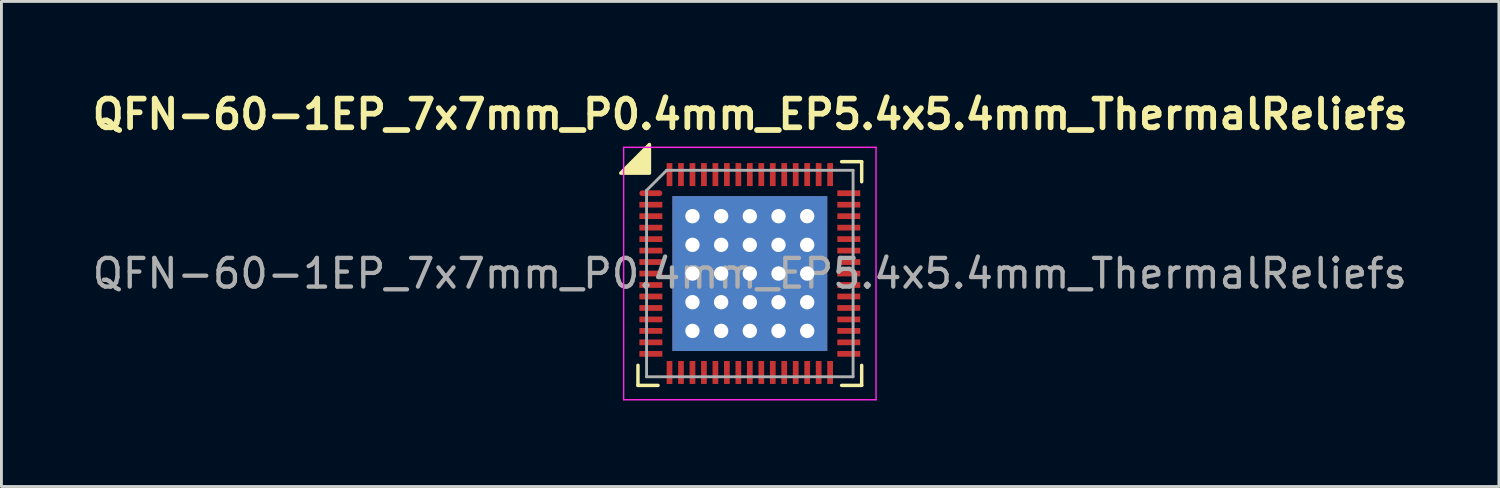
<source format=kicad_pcb>
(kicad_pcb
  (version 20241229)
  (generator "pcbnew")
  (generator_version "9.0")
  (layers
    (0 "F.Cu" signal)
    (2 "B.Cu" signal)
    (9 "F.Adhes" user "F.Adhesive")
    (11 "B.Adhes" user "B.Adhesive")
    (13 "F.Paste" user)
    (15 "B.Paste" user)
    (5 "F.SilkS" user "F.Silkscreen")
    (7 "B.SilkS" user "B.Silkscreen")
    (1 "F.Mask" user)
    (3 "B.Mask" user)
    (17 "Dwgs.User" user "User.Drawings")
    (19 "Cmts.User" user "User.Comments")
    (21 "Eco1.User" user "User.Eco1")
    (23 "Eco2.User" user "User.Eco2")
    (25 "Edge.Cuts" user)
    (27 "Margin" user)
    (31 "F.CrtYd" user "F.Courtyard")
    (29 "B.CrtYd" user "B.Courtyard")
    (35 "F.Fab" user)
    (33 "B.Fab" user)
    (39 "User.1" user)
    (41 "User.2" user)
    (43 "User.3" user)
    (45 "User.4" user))
  (footprint "QFN-60-1EP_7x7mm_P0.4mm_EP5.4x5.4mm_ThermalReliefs"
    (layer "F.Cu")
    (at 23.093 6.487)
    (property "Reference" "QFN-60-1EP_7x7mm_P0.4mm_EP5.4x5.4mm_ThermalReliefs" (at 0.012 -5.551 0) (layer "F.SilkS") (effects (font (size 1 1) (thickness 0.2))))
    (attr smd)
    (fp_line (start -3.9 3.9) (end -3.9 3.2) (stroke (width 0.12) (type solid)) (layer "F.SilkS"))
    (fp_line (start -3.2 3.9) (end -3.9 3.9) (stroke (width 0.12) (type solid)) (layer "F.SilkS"))
    (fp_line (start 3.2 -3.9) (end 3.9 -3.9) (stroke (width 0.12) (type solid)) (layer "F.SilkS"))
    (fp_line (start 3.9 -3.9) (end 3.9 -3.2) (stroke (width 0.12) (type solid)) (layer "F.SilkS"))
    (fp_line (start 3.9 3.2) (end 3.9 3.9) (stroke (width 0.12) (type solid)) (layer "F.SilkS"))
    (fp_line (start 3.9 3.9) (end 3.2 3.9) (stroke (width 0.12) (type solid)) (layer "F.SilkS"))
    (fp_poly (pts (xy -3.5 -3.5) (xy -4.5 -3.5) (xy -3.5 -4.5)) (stroke (width 0.12) (type solid)) (fill yes) (layer "F.SilkS"))
    (fp_line (start -4.4 -4.4) (end -4.4 4.4) (stroke (width 0.05) (type solid)) (layer "F.CrtYd"))
    (fp_line (start -4.4 4.4) (end 4.4 4.4) (stroke (width 0.05) (type solid)) (layer "F.CrtYd"))
    (fp_line (start 4.4 -4.4) (end -4.4 -4.4) (stroke (width 0.05) (type solid)) (layer "F.CrtYd"))
    (fp_line (start 4.4 4.4) (end 4.4 -4.4) (stroke (width 0.05) (type solid)) (layer "F.CrtYd"))
    (fp_line (start -3.6 -2.9) (end -2.9 -3.6) (stroke (width 0.1) (type solid)) (layer "F.Fab"))
    (fp_line (start -3.6 3.6) (end -3.6 -2.9) (stroke (width 0.1) (type solid)) (layer "F.Fab"))
    (fp_line (start -2.9 -3.6) (end 3.6 -3.6) (stroke (width 0.1) (type solid)) (layer "F.Fab"))
    (fp_line (start 3.6 -3.6) (end 3.6 3.6) (stroke (width 0.1) (type solid)) (layer "F.Fab"))
    (fp_line (start 3.6 3.6) (end -3.6 3.6) (stroke (width 0.1) (type solid)) (layer "F.Fab"))
    (fp_text user "${REFERENCE}" (at 0 0 0) (layer "F.Fab") (effects (font (size 1 1) (thickness 0.15))))
    (pad "" smd roundrect (at -2.2 -2.2) (size 0.75 0.75) (layers "F.Paste") (roundrect_rratio 0.238))
    (pad "" smd roundrect (at -2.2 -1.1) (size 0.75 0.75) (layers "F.Paste") (roundrect_rratio 0.238))
    (pad "" smd roundrect (at -2.2 0) (size 0.75 0.75) (layers "F.Paste") (roundrect_rratio 0.238))
    (pad "" smd roundrect (at -2.2 1.1) (size 0.75 0.75) (layers "F.Paste") (roundrect_rratio 0.238))
    (pad "" smd roundrect (at -2.2 2.2) (size 0.75 0.75) (layers "F.Paste") (roundrect_rratio 0.238))
    (pad "" smd roundrect (at -1.1 -2.2) (size 0.75 0.75) (layers "F.Paste") (roundrect_rratio 0.238))
    (pad "" smd roundrect (at -1.1 -1.1) (size 0.75 0.75) (layers "F.Paste") (roundrect_rratio 0.238))
    (pad "" smd roundrect (at -1.1 0) (size 0.75 0.75) (layers "F.Paste") (roundrect_rratio 0.238))
    (pad "" smd roundrect (at -1.1 1.1) (size 0.75 0.75) (layers "F.Paste") (roundrect_rratio 0.238))
    (pad "" smd roundrect (at -1.1 2.2) (size 0.75 0.75) (layers "F.Paste") (roundrect_rratio 0.238))
    (pad "" smd roundrect (at 0 -2.2) (size 0.75 0.75) (layers "F.Paste") (roundrect_rratio 0.238))
    (pad "" smd roundrect (at 0 -1.1) (size 0.75 0.75) (layers "F.Paste") (roundrect_rratio 0.238))
    (pad "" smd roundrect (at 0 0) (size 0.75 0.75) (layers "F.Paste") (roundrect_rratio 0.238))
    (pad "" smd roundrect (at 0 1.1) (size 0.75 0.75) (layers "F.Paste") (roundrect_rratio 0.238))
    (pad "" smd roundrect (at 0 2.2) (size 0.75 0.75) (layers "F.Paste") (roundrect_rratio 0.238))
    (pad "" smd roundrect (at 1.1 -2.2) (size 0.75 0.75) (layers "F.Paste") (roundrect_rratio 0.238))
    (pad "" smd roundrect (at 1.1 -1.1) (size 0.75 0.75) (layers "F.Paste") (roundrect_rratio 0.238))
    (pad "" smd roundrect (at 1.1 0) (size 0.75 0.75) (layers "F.Paste") (roundrect_rratio 0.238))
    (pad "" smd roundrect (at 1.1 1.1) (size 0.75 0.75) (layers "F.Paste") (roundrect_rratio 0.238))
    (pad "" smd roundrect (at 1.1 2.2) (size 0.75 0.75) (layers "F.Paste") (roundrect_rratio 0.238))
    (pad "" smd roundrect (at 2.2 -2.2) (size 0.75 0.75) (layers "F.Paste") (roundrect_rratio 0.238))
    (pad "" smd roundrect (at 2.2 -1.1) (size 0.75 0.75) (layers "F.Paste") (roundrect_rratio 0.238))
    (pad "" smd roundrect (at 2.2 0) (size 0.75 0.75) (layers "F.Paste") (roundrect_rratio 0.238))
    (pad "" smd roundrect (at 2.2 1.1) (size 0.75 0.75) (layers "F.Paste") (roundrect_rratio 0.238))
    (pad "" smd roundrect (at 2.2 2.2) (size 0.75 0.75) (layers "F.Paste") (roundrect_rratio 0.238))
    (pad "1" smd roundrect (at -3.45 -2.8) (size 0.8 0.2) (layers "F.Cu" "F.Mask" "F.Paste") (roundrect_rratio 0.5))
    (pad "2" smd trapezoid (at -3.45 -2.4) (size 0.8 0.2) (layers "F.Cu" "F.Mask" "F.Paste"))
    (pad "3" smd trapezoid (at -3.45 -2) (size 0.8 0.2) (layers "F.Cu" "F.Mask" "F.Paste"))
    (pad "4" smd trapezoid (at -3.45 -1.6) (size 0.8 0.2) (layers "F.Cu" "F.Mask" "F.Paste"))
    (pad "5" smd trapezoid (at -3.45 -1.2) (size 0.8 0.2) (layers "F.Cu" "F.Mask" "F.Paste"))
    (pad "6" smd trapezoid (at -3.45 -0.8) (size 0.8 0.2) (layers "F.Cu" "F.Mask" "F.Paste"))
    (pad "7" smd trapezoid (at -3.45 -0.4) (size 0.8 0.2) (layers "F.Cu" "F.Mask" "F.Paste"))
    (pad "8" smd trapezoid (at -3.45 0) (size 0.8 0.2) (layers "F.Cu" "F.Mask" "F.Paste"))
    (pad "9" smd trapezoid (at -3.45 0.4) (size 0.8 0.2) (layers "F.Cu" "F.Mask" "F.Paste"))
    (pad "10" smd trapezoid (at -3.45 0.8) (size 0.8 0.2) (layers "F.Cu" "F.Mask" "F.Paste"))
    (pad "11" smd trapezoid (at -3.45 1.2) (size 0.8 0.2) (layers "F.Cu" "F.Mask" "F.Paste"))
    (pad "12" smd trapezoid (at -3.45 1.6) (size 0.8 0.2) (layers "F.Cu" "F.Mask" "F.Paste"))
    (pad "13" smd trapezoid (at -3.45 2) (size 0.8 0.2) (layers "F.Cu" "F.Mask" "F.Paste"))
    (pad "14" smd trapezoid (at -3.45 2.4) (size 0.8 0.2) (layers "F.Cu" "F.Mask" "F.Paste"))
    (pad "15" smd trapezoid (at -3.45 2.8) (size 0.8 0.2) (layers "F.Cu" "F.Mask" "F.Paste"))
    (pad "16" smd trapezoid (at -2.8 3.45 270) (size 0.8 0.2) (layers "F.Cu" "F.Mask" "F.Paste"))
    (pad "17" smd trapezoid (at -2.4 3.45 90) (size 0.8 0.2) (layers "F.Cu" "F.Mask" "F.Paste"))
    (pad "18" smd trapezoid (at -2 3.45 90) (size 0.8 0.2) (layers "F.Cu" "F.Mask" "F.Paste"))
    (pad "19" smd trapezoid (at -1.6 3.45 90) (size 0.8 0.2) (layers "F.Cu" "F.Mask" "F.Paste"))
    (pad "20" smd trapezoid (at -1.2 3.45 90) (size 0.8 0.2) (layers "F.Cu" "F.Mask" "F.Paste"))
    (pad "21" smd trapezoid (at -0.8 3.45 90) (size 0.8 0.2) (layers "F.Cu" "F.Mask" "F.Paste"))
    (pad "22" smd trapezoid (at -0.4 3.45 90) (size 0.8 0.2) (layers "F.Cu" "F.Mask" "F.Paste"))
    (pad "23" smd trapezoid (at 0 3.45 90) (size 0.8 0.2) (layers "F.Cu" "F.Mask" "F.Paste"))
    (pad "24" smd trapezoid (at 0.4 3.45 90) (size 0.8 0.2) (layers "F.Cu" "F.Mask" "F.Paste"))
    (pad "25" smd trapezoid (at 0.8 3.45 90) (size 0.8 0.2) (layers "F.Cu" "F.Mask" "F.Paste"))
    (pad "26" smd trapezoid (at 1.2 3.45 90) (size 0.8 0.2) (layers "F.Cu" "F.Mask" "F.Paste"))
    (pad "27" smd trapezoid (at 1.6 3.45 90) (size 0.8 0.2) (layers "F.Cu" "F.Mask" "F.Paste"))
    (pad "28" smd trapezoid (at 2 3.45 90) (size 0.8 0.2) (layers "F.Cu" "F.Mask" "F.Paste"))
    (pad "29" smd trapezoid (at 2.4 3.45 90) (size 0.8 0.2) (layers "F.Cu" "F.Mask" "F.Paste"))
    (pad "30" smd trapezoid (at 2.8 3.45 90) (size 0.8 0.2) (layers "F.Cu" "F.Mask" "F.Paste"))
    (pad "31" smd trapezoid (at 3.45 2.8) (size 0.8 0.2) (layers "F.Cu" "F.Mask" "F.Paste"))
    (pad "32" smd trapezoid (at 3.45 2.4) (size 0.8 0.2) (layers "F.Cu" "F.Mask" "F.Paste"))
    (pad "33" smd trapezoid (at 3.45 2) (size 0.8 0.2) (layers "F.Cu" "F.Mask" "F.Paste"))
    (pad "34" smd trapezoid (at 3.45 1.6) (size 0.8 0.2) (layers "F.Cu" "F.Mask" "F.Paste"))
    (pad "35" smd trapezoid (at 3.45 1.2) (size 0.8 0.2) (layers "F.Cu" "F.Mask" "F.Paste"))
    (pad "36" smd trapezoid (at 3.45 0.8) (size 0.8 0.2) (layers "F.Cu" "F.Mask" "F.Paste"))
    (pad "37" smd trapezoid (at 3.45 0.4) (size 0.8 0.2) (layers "F.Cu" "F.Mask" "F.Paste"))
    (pad "38" smd trapezoid (at 3.45 0) (size 0.8 0.2) (layers "F.Cu" "F.Mask" "F.Paste"))
    (pad "39" smd trapezoid (at 3.45 -0.4) (size 0.8 0.2) (layers "F.Cu" "F.Mask" "F.Paste"))
    (pad "40" smd trapezoid (at 3.45 -0.8) (size 0.8 0.2) (layers "F.Cu" "F.Mask" "F.Paste"))
    (pad "41" smd trapezoid (at 3.45 -1.2) (size 0.8 0.2) (layers "F.Cu" "F.Mask" "F.Paste"))
    (pad "42" smd trapezoid (at 3.45 -1.6) (size 0.8 0.2) (layers "F.Cu" "F.Mask" "F.Paste"))
    (pad "43" smd trapezoid (at 3.45 -2) (size 0.8 0.2) (layers "F.Cu" "F.Mask" "F.Paste"))
    (pad "44" smd trapezoid (at 3.45 -2.4) (size 0.8 0.2) (layers "F.Cu" "F.Mask" "F.Paste"))
    (pad "45" smd trapezoid (at 3.45 -2.8) (size 0.8 0.2) (layers "F.Cu" "F.Mask" "F.Paste"))
    (pad "46" smd trapezoid (at 2.8 -3.45 90) (size 0.8 0.2) (layers "F.Cu" "F.Mask" "F.Paste"))
    (pad "47" smd trapezoid (at 2.4 -3.45 90) (size 0.8 0.2) (layers "F.Cu" "F.Mask" "F.Paste"))
    (pad "48" smd trapezoid (at 2 -3.45 90) (size 0.8 0.2) (layers "F.Cu" "F.Mask" "F.Paste"))
    (pad "49" smd trapezoid (at 1.6 -3.45 90) (size 0.8 0.2) (layers "F.Cu" "F.Mask" "F.Paste"))
    (pad "50" smd trapezoid (at 1.2 -3.45 90) (size 0.8 0.2) (layers "F.Cu" "F.Mask" "F.Paste"))
    (pad "51" smd trapezoid (at 0.8 -3.45 90) (size 0.8 0.2) (layers "F.Cu" "F.Mask" "F.Paste"))
    (pad "52" smd trapezoid (at 0.4 -3.45 90) (size 0.8 0.2) (layers "F.Cu" "F.Mask" "F.Paste"))
    (pad "53" smd trapezoid (at 0 -3.45 90) (size 0.8 0.2) (layers "F.Cu" "F.Mask" "F.Paste"))
    (pad "54" smd trapezoid (at -0.4 -3.45 90) (size 0.8 0.2) (layers "F.Cu" "F.Mask" "F.Paste"))
    (pad "55" smd trapezoid (at -0.8 -3.45 90) (size 0.8 0.2) (layers "F.Cu" "F.Mask" "F.Paste"))
    (pad "56" smd trapezoid (at -1.2 -3.45 90) (size 0.8 0.2) (layers "F.Cu" "F.Mask" "F.Paste"))
    (pad "57" smd trapezoid (at -1.6 -3.45 90) (size 0.8 0.2) (layers "F.Cu" "F.Mask" "F.Paste"))
    (pad "58" smd trapezoid (at -2 -3.45 90) (size 0.8 0.2) (layers "F.Cu" "F.Mask" "F.Paste"))
    (pad "59" smd trapezoid (at -2.4 -3.45 90) (size 0.8 0.2) (layers "F.Cu" "F.Mask" "F.Paste"))
    (pad "60" smd trapezoid (at -2.8 -3.45 90) (size 0.8 0.2) (layers "F.Cu" "F.Mask" "F.Paste"))
    (pad "61" thru_hole circle (at -2 -2) (size 0.6 0.6) (drill 0.5) (layers "*.Cu" "F.Mask"))
    (pad "61" thru_hole circle (at -2 -1) (size 0.6 0.6) (drill 0.5) (layers "*.Cu" "F.Mask"))
    (pad "61" thru_hole circle (at -2 0) (size 0.6 0.6) (drill 0.5) (layers "*.Cu" "F.Mask"))
    (pad "61" thru_hole circle (at -2 1) (size 0.6 0.6) (drill 0.5) (layers "*.Cu" "F.Mask"))
    (pad "61" thru_hole circle (at -2 2) (size 0.6 0.6) (drill 0.5) (layers "*.Cu" "F.Mask"))
    (pad "61" thru_hole circle (at -1 -2) (size 0.6 0.6) (drill 0.5) (layers "*.Cu" "F.Mask"))
    (pad "61" thru_hole circle (at -1 -1) (size 0.6 0.6) (drill 0.5) (layers "*.Cu" "F.Mask"))
    (pad "61" thru_hole circle (at -1 0) (size 0.6 0.6) (drill 0.5) (layers "*.Cu" "F.Mask"))
    (pad "61" thru_hole circle (at -1 1) (size 0.6 0.6) (drill 0.5) (layers "*.Cu" "F.Mask"))
    (pad "61" thru_hole circle (at -1 2) (size 0.6 0.6) (drill 0.5) (layers "*.Cu" "F.Mask"))
    (pad "61" thru_hole circle (at 0 -2) (size 0.6 0.6) (drill 0.5) (layers "*.Cu" "F.Mask"))
    (pad "61" thru_hole circle (at 0 -1) (size 0.6 0.6) (drill 0.5) (layers "*.Cu" "F.Mask"))
    (pad "61" thru_hole circle (at 0 0) (size 0.6 0.6) (drill 0.5) (layers "*.Cu" "F.Mask"))
    (pad "61" smd rect (at 0 0) (size 5.4 5.4) (layers "F.Cu" "F.Mask"))
    (pad "61" smd rect (at 0 0) (size 5.4 5.4) (layers "B.Cu"))
    (pad "61" thru_hole circle (at 0 1) (size 0.6 0.6) (drill 0.5) (layers "*.Cu" "F.Mask"))
    (pad "61" thru_hole circle (at 0 2) (size 0.6 0.6) (drill 0.5) (layers "*.Cu" "F.Mask"))
    (pad "61" thru_hole circle (at 1 -2) (size 0.6 0.6) (drill 0.5) (layers "*.Cu" "F.Mask"))
    (pad "61" thru_hole circle (at 1 -1) (size 0.6 0.6) (drill 0.5) (layers "*.Cu" "F.Mask"))
    (pad "61" thru_hole circle (at 1 0) (size 0.6 0.6) (drill 0.5) (layers "*.Cu" "F.Mask"))
    (pad "61" thru_hole circle (at 1 1) (size 0.6 0.6) (drill 0.5) (layers "*.Cu" "F.Mask"))
    (pad "61" thru_hole circle (at 1 2) (size 0.6 0.6) (drill 0.5) (layers "*.Cu" "F.Mask"))
    (pad "61" thru_hole circle (at 2 -2) (size 0.6 0.6) (drill 0.5) (layers "*.Cu" "F.Mask"))
    (pad "61" thru_hole circle (at 2 -1) (size 0.6 0.6) (drill 0.5) (layers "*.Cu" "F.Mask"))
    (pad "61" thru_hole circle (at 2 0) (size 0.6 0.6) (drill 0.5) (layers "*.Cu" "F.Mask"))
    (pad "61" thru_hole circle (at 2 1) (size 0.6 0.6) (drill 0.5) (layers "*.Cu" "F.Mask"))
    (pad "61" thru_hole circle (at 2 2) (size 0.6 0.6) (drill 0.5) (layers "*.Cu" "F.Mask")))
  (gr_rect
    (start -3 -3)
    (end 49.21 13.912)
    (stroke (width 0.1) (type default))
    (fill no)
    (layer "Edge.Cuts")))
</source>
